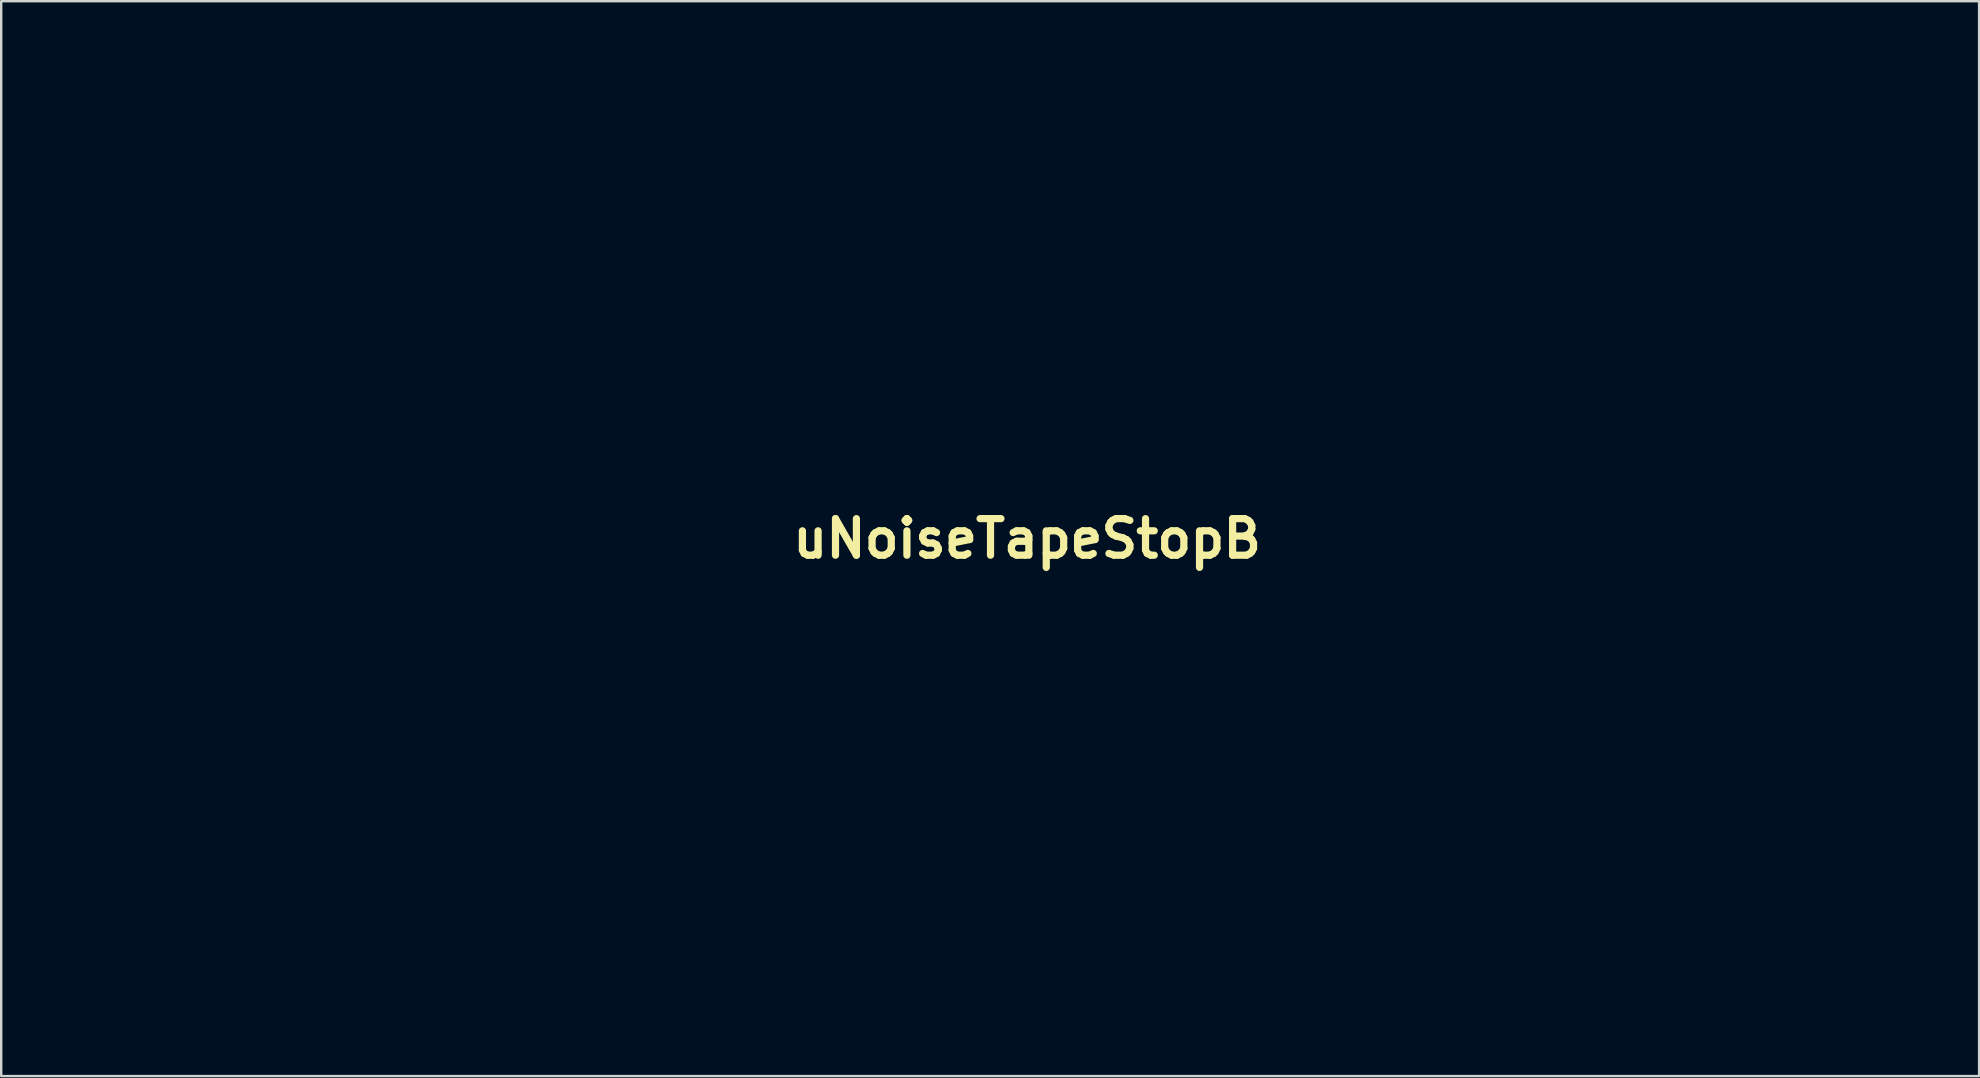
<source format=kicad_pcb>
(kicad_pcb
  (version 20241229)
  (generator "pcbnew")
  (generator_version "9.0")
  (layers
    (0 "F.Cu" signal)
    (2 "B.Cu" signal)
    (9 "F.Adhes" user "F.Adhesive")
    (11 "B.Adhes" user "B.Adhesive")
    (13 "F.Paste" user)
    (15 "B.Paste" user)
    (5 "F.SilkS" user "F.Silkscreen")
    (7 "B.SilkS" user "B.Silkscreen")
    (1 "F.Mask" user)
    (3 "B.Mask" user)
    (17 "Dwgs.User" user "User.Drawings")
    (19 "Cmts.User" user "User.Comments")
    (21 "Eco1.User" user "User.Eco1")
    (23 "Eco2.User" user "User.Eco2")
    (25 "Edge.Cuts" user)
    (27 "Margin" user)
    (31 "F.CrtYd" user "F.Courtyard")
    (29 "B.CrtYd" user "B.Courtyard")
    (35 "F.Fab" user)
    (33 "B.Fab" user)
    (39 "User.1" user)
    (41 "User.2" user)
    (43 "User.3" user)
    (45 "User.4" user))
  (footprint "uNoiseTapeStopB"
    (layer "F.Cu")
    (at 39.745 19.394)
    (property "Reference" "uNoiseTapeStopB" (at 0 0 0) (layer "F.SilkS") (effects (font (size 1.524 1.524) (thickness 0.3))))
    (attr through_hole)
    (fp_poly (pts (xy -29.231 16.658) (xy -31.538 16.658) (xy -31.538 11.853) (xy -29.231 11.853) (xy -29.231 16.658)) (stroke (width 0.01) (type solid)) (fill yes) (layer "B.Mask"))
    (fp_poly (pts (xy -25.95 -6.964) (xy -30.755 -6.964) (xy -30.755 -9.292) (xy -25.95 -9.292) (xy -25.95 -6.964)) (stroke (width 0.01) (type solid)) (fill yes) (layer "B.Mask"))
    (fp_poly (pts (xy -25.718 16.658) (xy -28.046 16.658) (xy -28.046 11.853) (xy -25.718 11.853) (xy -25.718 16.658)) (stroke (width 0.01) (type solid)) (fill yes) (layer "B.Mask"))
    (fp_poly (pts (xy -11.43 -6.964) (xy -16.235 -6.964) (xy -16.235 -9.292) (xy -11.43 -9.292) (xy -11.43 -6.964)) (stroke (width 0.01) (type solid)) (fill yes) (layer "B.Mask"))
    (fp_poly (pts (xy 19.198 -6.964) (xy 14.161 -6.964) (xy 14.161 -9.292) (xy 19.198 -9.292) (xy 19.198 -6.964)) (stroke (width 0.01) (type solid)) (fill yes) (layer "B.Mask"))
    (fp_poly (pts (xy 30.671 16.256) (xy 28.342 16.256) (xy 28.342 11.451) (xy 30.671 11.451) (xy 30.671 16.256)) (stroke (width 0.01) (type solid)) (fill yes) (layer "B.Mask"))
    (fp_poly (pts (xy 36.195 -6.964) (xy 31.178 -6.964) (xy 31.178 -9.292) (xy 36.195 -9.292) (xy 36.195 -6.964)) (stroke (width 0.01) (type solid)) (fill yes) (layer "B.Mask"))
    (fp_poly (pts (xy 36.661 16.256) (xy 34.353 16.256) (xy 34.353 11.451) (xy 36.661 11.451) (xy 36.661 16.256)) (stroke (width 0.01) (type solid)) (fill yes) (layer "B.Mask"))
    (fp_poly (pts (xy 3.841 14.937) (xy 4.042 14.992) (xy 4.226 15.085) (xy 4.397 15.217) (xy 4.438 15.257) (xy 4.574 15.42) (xy 4.675 15.603) (xy 4.742 15.799) (xy 4.773 16.002) (xy 4.769 16.207) (xy 4.728 16.409) (xy 4.65 16.6) (xy 4.592 16.697) (xy 4.452 16.87) (xy 4.289 17.012) (xy 4.105 17.12) (xy 3.907 17.192) (xy 3.698 17.227) (xy 3.483 17.222) (xy 3.34 17.197) (xy 3.142 17.128) (xy 2.959 17.022) (xy 2.797 16.886) (xy 2.661 16.722) (xy 2.563 16.549) (xy 2.491 16.342) (xy 2.46 16.131) (xy 2.468 15.92) (xy 2.514 15.716) (xy 2.598 15.522) (xy 2.72 15.344) (xy 2.795 15.262) (xy 2.964 15.118) (xy 3.144 15.014) (xy 3.339 14.949) (xy 3.553 14.921) (xy 3.619 14.919) (xy 3.841 14.937)) (stroke (width 0.01) (type solid)) (fill yes) (layer "B.Mask"))
    (fp_poly (pts (xy -38.221 -19.368) (xy -38.215 -19.306) (xy -38.211 -19.203) (xy -38.208 -19.062) (xy -38.206 -18.884) (xy -38.206 -18.668) (xy -38.206 -18.659) (xy -38.206 -17.928) (xy -36.094 -17.923) (xy -33.983 -17.917) (xy -38.206 -17.907) (xy -38.206 -16.605) (xy -38.206 -16.303) (xy -38.207 -16.04) (xy -38.209 -15.816) (xy -38.211 -15.632) (xy -38.214 -15.488) (xy -38.218 -15.385) (xy -38.222 -15.323) (xy -38.227 -15.303) (xy -38.232 -15.325) (xy -38.236 -15.387) (xy -38.24 -15.492) (xy -38.243 -15.637) (xy -38.245 -15.822) (xy -38.247 -16.047) (xy -38.248 -16.312) (xy -38.248 -16.605) (xy -38.248 -17.906) (xy -38.994 -17.912) (xy -39.74 -17.918) (xy -38.994 -17.923) (xy -38.248 -17.928) (xy -38.248 -18.658) (xy -38.248 -18.875) (xy -38.246 -19.056) (xy -38.243 -19.198) (xy -38.239 -19.302) (xy -38.234 -19.366) (xy -38.227 -19.389) (xy -38.227 -19.389) (xy -38.221 -19.368)) (stroke (width 0.01) (type solid)) (fill yes) (layer "B.Mask"))
    (fp_poly (pts (xy 0.132 14.93) (xy 0.272 14.956) (xy 0.298 14.963) (xy 0.484 15.042) (xy 0.657 15.156) (xy 0.81 15.299) (xy 0.937 15.465) (xy 1.03 15.646) (xy 1.04 15.674) (xy 1.07 15.787) (xy 1.09 15.925) (xy 1.098 16.073) (xy 1.095 16.215) (xy 1.08 16.326) (xy 1.021 16.513) (xy 0.925 16.69) (xy 0.8 16.85) (xy 0.65 16.988) (xy 0.481 17.1) (xy 0.299 17.178) (xy 0.181 17.207) (xy 0.071 17.221) (xy -0.055 17.226) (xy -0.175 17.223) (xy -0.254 17.215) (xy -0.448 17.162) (xy -0.632 17.072) (xy -0.799 16.951) (xy -0.944 16.804) (xy -1.062 16.636) (xy -1.147 16.453) (xy -1.183 16.324) (xy -1.201 16.186) (xy -1.205 16.034) (xy -1.194 15.887) (xy -1.175 15.784) (xy -1.102 15.586) (xy -0.995 15.404) (xy -0.857 15.244) (xy -0.695 15.111) (xy -0.512 15.008) (xy -0.32 14.943) (xy -0.182 14.923) (xy -0.025 14.919) (xy 0.132 14.93)) (stroke (width 0.01) (type solid)) (fill yes) (layer "B.Mask"))
    (fp_poly (pts (xy 14.04 16.2) (xy 14.271 16.256) (xy 14.494 16.347) (xy 14.704 16.473) (xy 14.898 16.635) (xy 14.911 16.647) (xy 15.08 16.844) (xy 15.21 17.057) (xy 15.302 17.288) (xy 15.356 17.537) (xy 15.373 17.78) (xy 15.367 17.967) (xy 15.346 18.129) (xy 15.305 18.282) (xy 15.241 18.443) (xy 15.204 18.521) (xy 15.156 18.613) (xy 15.111 18.688) (xy 15.058 18.758) (xy 14.99 18.834) (xy 14.903 18.923) (xy 14.731 19.077) (xy 14.559 19.195) (xy 14.375 19.283) (xy 14.173 19.347) (xy 14.007 19.376) (xy 13.82 19.388) (xy 13.63 19.383) (xy 13.453 19.362) (xy 13.377 19.345) (xy 13.135 19.261) (xy 12.911 19.141) (xy 12.709 18.987) (xy 12.534 18.804) (xy 12.388 18.595) (xy 12.299 18.415) (xy 12.219 18.174) (xy 12.179 17.924) (xy 12.178 17.671) (xy 12.216 17.42) (xy 12.292 17.177) (xy 12.403 16.954) (xy 12.548 16.748) (xy 12.719 16.573) (xy 12.911 16.429) (xy 13.119 16.318) (xy 13.341 16.238) (xy 13.571 16.192) (xy 13.806 16.179) (xy 14.04 16.2)) (stroke (width 0.01) (type solid)) (fill yes) (layer "B.Mask"))
    (fp_poly (pts (xy 19.01 16.195) (xy 19.253 16.25) (xy 19.489 16.344) (xy 19.68 16.454) (xy 19.874 16.607) (xy 20.039 16.788) (xy 20.173 16.991) (xy 20.275 17.212) (xy 20.343 17.445) (xy 20.377 17.687) (xy 20.375 17.932) (xy 20.335 18.177) (xy 20.256 18.415) (xy 20.256 18.415) (xy 20.137 18.643) (xy 19.984 18.847) (xy 19.803 19.024) (xy 19.596 19.17) (xy 19.367 19.282) (xy 19.168 19.346) (xy 19.002 19.376) (xy 18.815 19.388) (xy 18.624 19.383) (xy 18.447 19.362) (xy 18.373 19.346) (xy 18.167 19.279) (xy 17.983 19.187) (xy 17.808 19.065) (xy 17.652 18.923) (xy 17.561 18.831) (xy 17.494 18.756) (xy 17.442 18.686) (xy 17.396 18.61) (xy 17.351 18.521) (xy 17.275 18.352) (xy 17.224 18.197) (xy 17.195 18.041) (xy 17.182 17.867) (xy 17.181 17.78) (xy 17.201 17.513) (xy 17.259 17.266) (xy 17.354 17.037) (xy 17.488 16.825) (xy 17.644 16.647) (xy 17.839 16.481) (xy 18.053 16.35) (xy 18.281 16.256) (xy 18.52 16.198) (xy 18.764 16.178) (xy 19.01 16.195)) (stroke (width 0.01) (type solid)) (fill yes) (layer "B.Mask"))
    (fp_poly (pts (xy -19.987 16.2) (xy -19.762 16.245) (xy -19.553 16.324) (xy -19.352 16.437) (xy -19.294 16.477) (xy -19.112 16.631) (xy -18.952 16.816) (xy -18.819 17.023) (xy -18.718 17.245) (xy -18.657 17.461) (xy -18.627 17.713) (xy -18.637 17.969) (xy -18.684 18.22) (xy -18.768 18.459) (xy -18.81 18.545) (xy -18.936 18.743) (xy -19.094 18.924) (xy -19.277 19.082) (xy -19.48 19.212) (xy -19.694 19.308) (xy -19.865 19.357) (xy -20.001 19.377) (xy -20.159 19.386) (xy -20.322 19.385) (xy -20.477 19.374) (xy -20.608 19.352) (xy -20.627 19.347) (xy -20.875 19.26) (xy -21.102 19.139) (xy -21.303 18.985) (xy -21.477 18.8) (xy -21.621 18.589) (xy -21.706 18.415) (xy -21.768 18.239) (xy -21.805 18.054) (xy -21.821 17.847) (xy -21.822 17.778) (xy -21.809 17.549) (xy -21.767 17.339) (xy -21.692 17.131) (xy -21.649 17.039) (xy -21.556 16.886) (xy -21.433 16.731) (xy -21.289 16.586) (xy -21.136 16.461) (xy -20.986 16.367) (xy -20.794 16.28) (xy -20.612 16.223) (xy -20.423 16.193) (xy -20.235 16.185) (xy -19.987 16.2)) (stroke (width 0.01) (type solid)) (fill yes) (layer "B.Mask"))
    (fp_poly (pts (xy 23.99 16.193) (xy 24.225 16.241) (xy 24.449 16.324) (xy 24.659 16.44) (xy 24.849 16.587) (xy 25.017 16.765) (xy 25.159 16.973) (xy 25.211 17.071) (xy 25.293 17.263) (xy 25.346 17.446) (xy 25.372 17.634) (xy 25.375 17.842) (xy 25.373 17.874) (xy 25.341 18.135) (xy 25.27 18.379) (xy 25.164 18.604) (xy 25.023 18.807) (xy 24.85 18.987) (xy 24.646 19.14) (xy 24.413 19.264) (xy 24.256 19.326) (xy 24.156 19.35) (xy 24.026 19.369) (xy 23.879 19.38) (xy 23.728 19.384) (xy 23.585 19.38) (xy 23.463 19.367) (xy 23.421 19.359) (xy 23.183 19.284) (xy 22.961 19.173) (xy 22.759 19.03) (xy 22.581 18.859) (xy 22.431 18.663) (xy 22.313 18.448) (xy 22.231 18.217) (xy 22.214 18.145) (xy 22.2 18.06) (xy 22.19 17.95) (xy 22.184 17.833) (xy 22.183 17.778) (xy 22.196 17.549) (xy 22.238 17.339) (xy 22.313 17.131) (xy 22.356 17.039) (xy 22.449 16.886) (xy 22.572 16.732) (xy 22.715 16.587) (xy 22.868 16.462) (xy 23.019 16.368) (xy 23.259 16.266) (xy 23.503 16.204) (xy 23.748 16.18) (xy 23.99 16.193)) (stroke (width 0.01) (type solid)) (fill yes) (layer "B.Mask"))
    (fp_poly (pts (xy -15.01 16.195) (xy -14.823 16.228) (xy -14.641 16.288) (xy -14.469 16.367) (xy -14.316 16.463) (xy -14.162 16.589) (xy -14.019 16.734) (xy -13.896 16.888) (xy -13.805 17.039) (xy -13.715 17.25) (xy -13.659 17.458) (xy -13.634 17.677) (xy -13.632 17.778) (xy -13.643 18.005) (xy -13.678 18.206) (xy -13.737 18.389) (xy -13.75 18.421) (xy -13.875 18.654) (xy -14.031 18.86) (xy -14.216 19.038) (xy -14.428 19.184) (xy -14.664 19.296) (xy -14.721 19.317) (xy -14.8 19.342) (xy -14.872 19.359) (xy -14.948 19.37) (xy -15.043 19.377) (xy -15.166 19.381) (xy -15.177 19.381) (xy -15.355 19.381) (xy -15.496 19.373) (xy -15.599 19.357) (xy -15.819 19.287) (xy -16.031 19.18) (xy -16.229 19.041) (xy -16.407 18.876) (xy -16.557 18.69) (xy -16.644 18.545) (xy -16.742 18.313) (xy -16.803 18.066) (xy -16.828 17.811) (xy -16.813 17.557) (xy -16.798 17.461) (xy -16.732 17.234) (xy -16.63 17.013) (xy -16.495 16.806) (xy -16.334 16.623) (xy -16.16 16.477) (xy -15.959 16.353) (xy -15.754 16.264) (xy -15.534 16.21) (xy -15.293 16.186) (xy -15.219 16.185) (xy -15.01 16.195)) (stroke (width 0.01) (type solid)) (fill yes) (layer "B.Mask"))
    (fp_poly (pts (xy -3.034 -8.288) (xy -2.753 -8.243) (xy -2.481 -8.159) (xy -2.223 -8.037) (xy -2.085 -7.952) (xy -1.863 -7.778) (xy -1.672 -7.579) (xy -1.514 -7.361) (xy -1.389 -7.125) (xy -1.296 -6.877) (xy -1.237 -6.62) (xy -1.211 -6.358) (xy -1.219 -6.094) (xy -1.262 -5.833) (xy -1.339 -5.579) (xy -1.452 -5.335) (xy -1.6 -5.105) (xy -1.784 -4.892) (xy -1.792 -4.884) (xy -2.008 -4.696) (xy -2.237 -4.545) (xy -2.487 -4.428) (xy -2.661 -4.369) (xy -2.748 -4.345) (xy -2.83 -4.328) (xy -2.918 -4.317) (xy -3.026 -4.31) (xy -3.154 -4.306) (xy -3.273 -4.305) (xy -3.387 -4.306) (xy -3.483 -4.31) (xy -3.552 -4.316) (xy -3.563 -4.318) (xy -3.844 -4.39) (xy -4.109 -4.499) (xy -4.355 -4.644) (xy -4.577 -4.821) (xy -4.773 -5.028) (xy -4.939 -5.262) (xy -5.048 -5.466) (xy -5.145 -5.725) (xy -5.204 -5.997) (xy -5.225 -6.276) (xy -5.208 -6.555) (xy -5.154 -6.829) (xy -5.063 -7.092) (xy -4.983 -7.257) (xy -4.831 -7.492) (xy -4.646 -7.705) (xy -4.434 -7.89) (xy -4.2 -8.044) (xy -3.949 -8.163) (xy -3.884 -8.187) (xy -3.604 -8.261) (xy -3.319 -8.294) (xy -3.034 -8.288)) (stroke (width 0.01) (type solid)) (fill yes) (layer "B.Mask"))
    (fp_poly (pts (xy -10.01 16.193) (xy -9.773 16.243) (xy -9.548 16.328) (xy -9.339 16.445) (xy -9.149 16.592) (xy -8.983 16.768) (xy -8.842 16.971) (xy -8.733 17.198) (xy -8.674 17.375) (xy -8.647 17.52) (xy -8.632 17.69) (xy -8.63 17.868) (xy -8.642 18.037) (xy -8.665 18.172) (xy -8.691 18.257) (xy -8.73 18.363) (xy -8.776 18.472) (xy -8.799 18.521) (xy -8.847 18.613) (xy -8.893 18.689) (xy -8.946 18.76) (xy -9.015 18.836) (xy -9.1 18.924) (xy -9.198 19.018) (xy -9.279 19.089) (xy -9.355 19.144) (xy -9.437 19.192) (xy -9.483 19.215) (xy -9.682 19.301) (xy -9.875 19.356) (xy -10.078 19.383) (xy -10.232 19.387) (xy -10.393 19.381) (xy -10.537 19.364) (xy -10.617 19.349) (xy -10.855 19.269) (xy -11.076 19.152) (xy -11.277 19.002) (xy -11.453 18.823) (xy -11.601 18.618) (xy -11.705 18.415) (xy -11.761 18.264) (xy -11.798 18.118) (xy -11.82 17.956) (xy -11.824 17.896) (xy -11.822 17.641) (xy -11.78 17.394) (xy -11.702 17.159) (xy -11.591 16.941) (xy -11.448 16.742) (xy -11.276 16.568) (xy -11.079 16.421) (xy -10.858 16.306) (xy -10.756 16.268) (xy -10.505 16.203) (xy -10.255 16.179) (xy -10.01 16.193)) (stroke (width 0.01) (type solid)) (fill yes) (layer "B.Mask"))
    (fp_poly (pts (xy 6.925 -8.282) (xy 7.033 -8.279) (xy 7.12 -8.272) (xy 7.195 -8.26) (xy 7.269 -8.243) (xy 7.292 -8.237) (xy 7.566 -8.142) (xy 7.819 -8.012) (xy 8.049 -7.851) (xy 8.253 -7.662) (xy 8.427 -7.447) (xy 8.571 -7.211) (xy 8.68 -6.955) (xy 8.753 -6.684) (xy 8.781 -6.484) (xy 8.787 -6.193) (xy 8.753 -5.912) (xy 8.682 -5.644) (xy 8.577 -5.391) (xy 8.438 -5.157) (xy 8.269 -4.944) (xy 8.072 -4.756) (xy 7.849 -4.595) (xy 7.602 -4.465) (xy 7.334 -4.368) (xy 7.158 -4.327) (xy 7.035 -4.31) (xy 6.886 -4.301) (xy 6.727 -4.3) (xy 6.572 -4.307) (xy 6.438 -4.321) (xy 6.392 -4.328) (xy 6.115 -4.405) (xy 5.857 -4.516) (xy 5.62 -4.66) (xy 5.408 -4.834) (xy 5.223 -5.033) (xy 5.067 -5.255) (xy 4.942 -5.497) (xy 4.85 -5.756) (xy 4.795 -6.028) (xy 4.777 -6.31) (xy 4.786 -6.479) (xy 4.833 -6.769) (xy 4.918 -7.041) (xy 5.04 -7.294) (xy 5.197 -7.527) (xy 5.387 -7.735) (xy 5.608 -7.917) (xy 5.86 -8.072) (xy 5.933 -8.108) (xy 6.079 -8.173) (xy 6.212 -8.22) (xy 6.344 -8.253) (xy 6.486 -8.272) (xy 6.651 -8.282) (xy 6.784 -8.283) (xy 6.925 -8.282)) (stroke (width 0.01) (type solid)) (fill yes) (layer "B.Mask")))
  (gr_rect
    (start -3 -3)
    (end 79.411 41.787)
    (stroke (width 0.1) (type default))
    (fill no)
    (layer "Edge.Cuts")))
</source>
